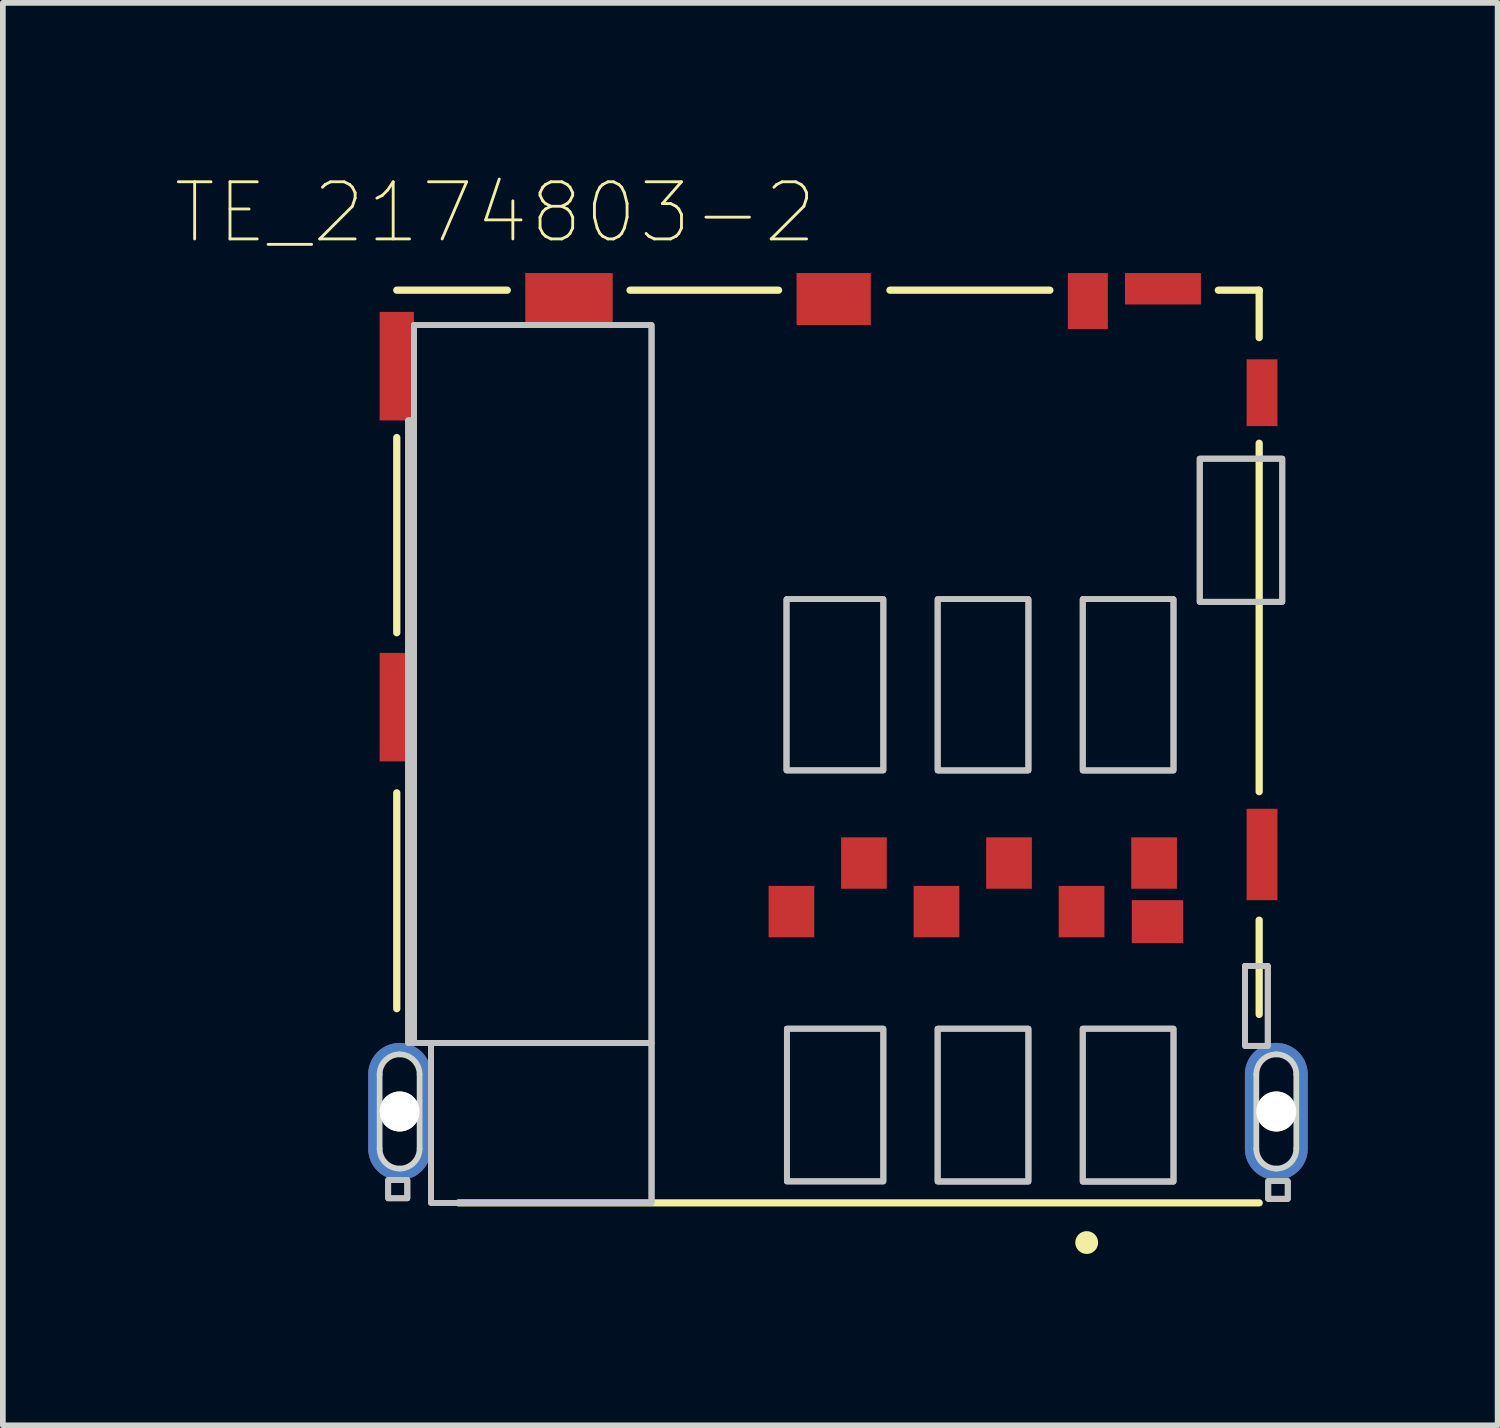
<source format=kicad_pcb>
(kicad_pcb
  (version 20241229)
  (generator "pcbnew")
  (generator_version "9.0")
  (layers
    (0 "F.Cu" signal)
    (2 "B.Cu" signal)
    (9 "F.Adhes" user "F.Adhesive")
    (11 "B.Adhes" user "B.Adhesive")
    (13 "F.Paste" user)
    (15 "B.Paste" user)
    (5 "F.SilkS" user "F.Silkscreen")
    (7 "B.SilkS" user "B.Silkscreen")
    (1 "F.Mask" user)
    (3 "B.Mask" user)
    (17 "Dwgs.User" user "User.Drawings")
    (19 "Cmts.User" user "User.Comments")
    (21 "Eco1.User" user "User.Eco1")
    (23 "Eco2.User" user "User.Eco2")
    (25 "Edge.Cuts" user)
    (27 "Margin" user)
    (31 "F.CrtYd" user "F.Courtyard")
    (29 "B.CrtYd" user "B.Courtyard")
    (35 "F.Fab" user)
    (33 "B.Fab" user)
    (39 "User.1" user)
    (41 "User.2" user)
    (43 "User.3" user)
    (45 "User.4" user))
  (footprint "TE_2174803-2"
    (layer "F.Cu")
    (at 13.982 11.611)
    (property "Reference" "TE_2174803-2" (at -8.362 -10.938 0) (layer "F.SilkS") (effects (font (size 1 1) (thickness 0.05))))
    (attr smd)
    (fp_poly (pts (xy -9.685 4.8) (xy -9.685 4.15) (xy -9.685 4.141) (xy -9.686 4.123) (xy -9.688 4.104) (xy -9.691 4.086) (xy -9.695 4.068) (xy -9.699 4.051) (xy -9.705 4.033) (xy -9.712 4.016) (xy -9.719 3.999) (xy -9.727 3.983) (xy -9.736 3.967) (xy -9.746 3.952) (xy -9.757 3.937) (xy -9.769 3.923) (xy -9.781 3.909) (xy -9.794 3.896) (xy -9.808 3.884) (xy -9.822 3.872) (xy -9.837 3.861) (xy -9.852 3.851) (xy -9.868 3.842) (xy -9.884 3.834) (xy -9.901 3.827) (xy -9.918 3.82) (xy -9.936 3.814) (xy -9.953 3.81) (xy -9.971 3.806) (xy -9.989 3.803) (xy -10.008 3.801) (xy -10.026 3.8) (xy -10.035 3.8) (xy -10.044 3.8) (xy -10.062 3.801) (xy -10.081 3.803) (xy -10.099 3.806) (xy -10.117 3.81) (xy -10.134 3.814) (xy -10.152 3.82) (xy -10.169 3.827) (xy -10.186 3.834) (xy -10.202 3.842) (xy -10.218 3.851) (xy -10.233 3.861) (xy -10.248 3.872) (xy -10.262 3.884) (xy -10.276 3.896) (xy -10.289 3.909) (xy -10.301 3.923) (xy -10.313 3.937) (xy -10.323 3.952) (xy -10.334 3.967) (xy -10.343 3.983) (xy -10.351 3.999) (xy -10.358 4.016) (xy -10.365 4.033) (xy -10.371 4.051) (xy -10.375 4.068) (xy -10.379 4.086) (xy -10.382 4.104) (xy -10.384 4.123) (xy -10.385 4.141) (xy -10.385 4.15) (xy -10.385 5.45) (xy -10.385 5.459) (xy -10.384 5.477) (xy -10.382 5.496) (xy -10.379 5.514) (xy -10.375 5.532) (xy -10.371 5.549) (xy -10.365 5.567) (xy -10.358 5.584) (xy -10.351 5.601) (xy -10.343 5.617) (xy -10.334 5.633) (xy -10.323 5.648) (xy -10.313 5.663) (xy -10.301 5.677) (xy -10.289 5.691) (xy -10.276 5.704) (xy -10.262 5.716) (xy -10.248 5.728) (xy -10.233 5.739) (xy -10.218 5.749) (xy -10.202 5.758) (xy -10.186 5.766) (xy -10.169 5.773) (xy -10.152 5.78) (xy -10.134 5.786) (xy -10.117 5.79) (xy -10.099 5.794) (xy -10.081 5.797) (xy -10.062 5.799) (xy -10.044 5.8) (xy -10.035 5.8) (xy -10.026 5.8) (xy -10.008 5.799) (xy -9.989 5.797) (xy -9.971 5.794) (xy -9.953 5.79) (xy -9.936 5.786) (xy -9.918 5.78) (xy -9.901 5.773) (xy -9.884 5.766) (xy -9.868 5.758) (xy -9.852 5.749) (xy -9.837 5.739) (xy -9.822 5.728) (xy -9.808 5.716) (xy -9.794 5.704) (xy -9.781 5.691) (xy -9.769 5.677) (xy -9.757 5.663) (xy -9.746 5.648) (xy -9.736 5.633) (xy -9.727 5.617) (xy -9.719 5.601) (xy -9.712 5.584) (xy -9.705 5.567) (xy -9.699 5.549) (xy -9.695 5.532) (xy -9.691 5.514) (xy -9.688 5.496) (xy -9.686 5.477) (xy -9.685 5.459) (xy -9.685 5.45) (xy -9.685 4.8) (xy -9.485 4.8) (xy -9.485 5.45) (xy -9.485 5.464) (xy -9.487 5.493) (xy -9.49 5.522) (xy -9.494 5.55) (xy -9.5 5.578) (xy -9.507 5.606) (xy -9.516 5.634) (xy -9.527 5.661) (xy -9.538 5.687) (xy -9.551 5.713) (xy -9.566 5.737) (xy -9.582 5.762) (xy -9.598 5.785) (xy -9.617 5.807) (xy -9.636 5.829) (xy -9.656 5.849) (xy -9.678 5.868) (xy -9.7 5.886) (xy -9.723 5.903) (xy -9.748 5.919) (xy -9.772 5.934) (xy -9.798 5.947) (xy -9.824 5.958) (xy -9.851 5.969) (xy -9.879 5.978) (xy -9.907 5.985) (xy -9.935 5.991) (xy -9.963 5.995) (xy -9.992 5.998) (xy -10.021 6) (xy -10.035 6) (xy -10.049 6) (xy -10.078 5.998) (xy -10.107 5.995) (xy -10.135 5.991) (xy -10.163 5.985) (xy -10.191 5.978) (xy -10.219 5.969) (xy -10.245 5.958) (xy -10.272 5.947) (xy -10.297 5.934) (xy -10.322 5.919) (xy -10.347 5.903) (xy -10.37 5.886) (xy -10.392 5.868) (xy -10.414 5.849) (xy -10.434 5.829) (xy -10.453 5.807) (xy -10.472 5.785) (xy -10.488 5.762) (xy -10.504 5.737) (xy -10.518 5.713) (xy -10.532 5.687) (xy -10.543 5.661) (xy -10.554 5.634) (xy -10.562 5.606) (xy -10.57 5.578) (xy -10.576 5.55) (xy -10.581 5.522) (xy -10.584 5.493) (xy -10.585 5.464) (xy -10.585 5.45) (xy -10.585 4.15) (xy -10.585 4.136) (xy -10.584 4.107) (xy -10.581 4.078) (xy -10.576 4.05) (xy -10.57 4.022) (xy -10.562 3.994) (xy -10.554 3.966) (xy -10.543 3.939) (xy -10.532 3.913) (xy -10.518 3.887) (xy -10.504 3.863) (xy -10.488 3.838) (xy -10.472 3.815) (xy -10.453 3.793) (xy -10.434 3.771) (xy -10.414 3.751) (xy -10.392 3.732) (xy -10.37 3.714) (xy -10.347 3.697) (xy -10.322 3.681) (xy -10.297 3.666) (xy -10.272 3.653) (xy -10.246 3.642) (xy -10.219 3.631) (xy -10.191 3.622) (xy -10.163 3.615) (xy -10.135 3.609) (xy -10.107 3.605) (xy -10.078 3.602) (xy -10.049 3.6) (xy -10.035 3.6) (xy -10.021 3.6) (xy -9.992 3.602) (xy -9.963 3.605) (xy -9.935 3.609) (xy -9.907 3.615) (xy -9.879 3.622) (xy -9.851 3.631) (xy -9.824 3.642) (xy -9.798 3.653) (xy -9.772 3.666) (xy -9.748 3.681) (xy -9.723 3.697) (xy -9.7 3.713) (xy -9.678 3.732) (xy -9.656 3.751) (xy -9.636 3.771) (xy -9.617 3.793) (xy -9.599 3.815) (xy -9.582 3.838) (xy -9.566 3.863) (xy -9.551 3.887) (xy -9.538 3.913) (xy -9.527 3.939) (xy -9.516 3.966) (xy -9.507 3.994) (xy -9.5 4.022) (xy -9.494 4.05) (xy -9.49 4.078) (xy -9.487 4.107) (xy -9.485 4.136) (xy -9.485 4.15) (xy -9.485 4.8)) (stroke (width 0.0001) (type solid)) (fill yes) (layer "F.Cu"))
    (fp_poly (pts (xy 5.665 4.8) (xy 5.665 4.15) (xy 5.665 4.141) (xy 5.664 4.123) (xy 5.662 4.104) (xy 5.659 4.086) (xy 5.655 4.068) (xy 5.651 4.051) (xy 5.645 4.033) (xy 5.638 4.016) (xy 5.631 3.999) (xy 5.623 3.983) (xy 5.614 3.967) (xy 5.604 3.952) (xy 5.593 3.937) (xy 5.581 3.923) (xy 5.569 3.909) (xy 5.556 3.896) (xy 5.542 3.884) (xy 5.528 3.872) (xy 5.513 3.861) (xy 5.498 3.851) (xy 5.482 3.842) (xy 5.466 3.834) (xy 5.449 3.827) (xy 5.432 3.82) (xy 5.414 3.814) (xy 5.397 3.81) (xy 5.379 3.806) (xy 5.361 3.803) (xy 5.342 3.801) (xy 5.324 3.8) (xy 5.315 3.8) (xy 5.306 3.8) (xy 5.288 3.801) (xy 5.269 3.803) (xy 5.251 3.806) (xy 5.233 3.81) (xy 5.216 3.814) (xy 5.198 3.82) (xy 5.181 3.827) (xy 5.164 3.834) (xy 5.148 3.842) (xy 5.132 3.851) (xy 5.117 3.861) (xy 5.102 3.872) (xy 5.088 3.884) (xy 5.074 3.896) (xy 5.061 3.909) (xy 5.049 3.923) (xy 5.037 3.937) (xy 5.026 3.952) (xy 5.016 3.967) (xy 5.007 3.983) (xy 4.999 3.999) (xy 4.992 4.016) (xy 4.985 4.033) (xy 4.979 4.051) (xy 4.975 4.068) (xy 4.971 4.086) (xy 4.968 4.104) (xy 4.966 4.123) (xy 4.965 4.141) (xy 4.965 4.15) (xy 4.965 5.45) (xy 4.965 5.459) (xy 4.966 5.477) (xy 4.968 5.496) (xy 4.971 5.514) (xy 4.975 5.532) (xy 4.979 5.549) (xy 4.985 5.567) (xy 4.992 5.584) (xy 4.999 5.601) (xy 5.007 5.617) (xy 5.016 5.633) (xy 5.026 5.648) (xy 5.037 5.663) (xy 5.049 5.677) (xy 5.061 5.691) (xy 5.074 5.704) (xy 5.088 5.716) (xy 5.102 5.728) (xy 5.117 5.739) (xy 5.132 5.749) (xy 5.148 5.758) (xy 5.164 5.766) (xy 5.181 5.773) (xy 5.198 5.78) (xy 5.216 5.786) (xy 5.233 5.79) (xy 5.251 5.794) (xy 5.269 5.797) (xy 5.288 5.799) (xy 5.306 5.8) (xy 5.315 5.8) (xy 5.324 5.8) (xy 5.342 5.799) (xy 5.361 5.797) (xy 5.379 5.794) (xy 5.397 5.79) (xy 5.414 5.786) (xy 5.432 5.78) (xy 5.449 5.773) (xy 5.466 5.766) (xy 5.482 5.758) (xy 5.498 5.749) (xy 5.513 5.739) (xy 5.528 5.728) (xy 5.542 5.716) (xy 5.556 5.704) (xy 5.569 5.691) (xy 5.581 5.677) (xy 5.593 5.663) (xy 5.604 5.648) (xy 5.614 5.633) (xy 5.623 5.617) (xy 5.631 5.601) (xy 5.638 5.584) (xy 5.645 5.567) (xy 5.651 5.549) (xy 5.655 5.532) (xy 5.659 5.514) (xy 5.662 5.496) (xy 5.664 5.477) (xy 5.665 5.459) (xy 5.665 5.45) (xy 5.665 4.8) (xy 5.865 4.8) (xy 5.865 5.45) (xy 5.865 5.464) (xy 5.863 5.493) (xy 5.86 5.522) (xy 5.856 5.55) (xy 5.85 5.578) (xy 5.843 5.606) (xy 5.834 5.634) (xy 5.823 5.661) (xy 5.812 5.687) (xy 5.799 5.713) (xy 5.784 5.737) (xy 5.768 5.762) (xy 5.752 5.785) (xy 5.733 5.807) (xy 5.714 5.829) (xy 5.694 5.849) (xy 5.672 5.868) (xy 5.65 5.886) (xy 5.627 5.903) (xy 5.602 5.919) (xy 5.578 5.934) (xy 5.552 5.947) (xy 5.526 5.958) (xy 5.499 5.969) (xy 5.471 5.978) (xy 5.443 5.985) (xy 5.415 5.991) (xy 5.387 5.995) (xy 5.358 5.998) (xy 5.329 6) (xy 5.315 6) (xy 5.301 6) (xy 5.272 5.998) (xy 5.243 5.995) (xy 5.215 5.991) (xy 5.187 5.985) (xy 5.159 5.978) (xy 5.131 5.969) (xy 5.104 5.958) (xy 5.078 5.947) (xy 5.052 5.934) (xy 5.028 5.919) (xy 5.003 5.903) (xy 4.98 5.886) (xy 4.958 5.868) (xy 4.936 5.849) (xy 4.916 5.829) (xy 4.897 5.807) (xy 4.879 5.785) (xy 4.862 5.762) (xy 4.846 5.737) (xy 4.831 5.713) (xy 4.818 5.687) (xy 4.807 5.661) (xy 4.796 5.634) (xy 4.787 5.606) (xy 4.78 5.578) (xy 4.774 5.55) (xy 4.77 5.522) (xy 4.767 5.493) (xy 4.765 5.464) (xy 4.765 5.45) (xy 4.765 4.15) (xy 4.765 4.136) (xy 4.767 4.107) (xy 4.77 4.078) (xy 4.774 4.05) (xy 4.78 4.022) (xy 4.787 3.994) (xy 4.796 3.966) (xy 4.807 3.939) (xy 4.818 3.913) (xy 4.831 3.887) (xy 4.846 3.863) (xy 4.862 3.838) (xy 4.878 3.815) (xy 4.897 3.793) (xy 4.916 3.771) (xy 4.936 3.751) (xy 4.958 3.732) (xy 4.98 3.714) (xy 5.003 3.697) (xy 5.028 3.681) (xy 5.052 3.666) (xy 5.078 3.653) (xy 5.104 3.642) (xy 5.131 3.631) (xy 5.159 3.622) (xy 5.187 3.615) (xy 5.215 3.609) (xy 5.243 3.605) (xy 5.272 3.602) (xy 5.301 3.6) (xy 5.315 3.6) (xy 5.329 3.6) (xy 5.358 3.602) (xy 5.387 3.605) (xy 5.415 3.609) (xy 5.443 3.615) (xy 5.471 3.622) (xy 5.499 3.631) (xy 5.526 3.642) (xy 5.552 3.653) (xy 5.578 3.666) (xy 5.602 3.681) (xy 5.627 3.697) (xy 5.65 3.713) (xy 5.672 3.732) (xy 5.694 3.751) (xy 5.714 3.771) (xy 5.733 3.793) (xy 5.751 3.815) (xy 5.768 3.838) (xy 5.784 3.863) (xy 5.799 3.887) (xy 5.812 3.913) (xy 5.823 3.939) (xy 5.834 3.966) (xy 5.843 3.994) (xy 5.85 4.022) (xy 5.856 4.05) (xy 5.86 4.078) (xy 5.863 4.107) (xy 5.865 4.136) (xy 5.865 4.15) (xy 5.865 4.8)) (stroke (width 0.0001) (type solid)) (fill yes) (layer "F.Cu"))
    (fp_poly (pts (xy -10.928 3.3) (xy -9.16 3.3) (xy -9.16 6.311) (xy -10.928 6.311)) (stroke (width 0) (type solid)) (fill yes) (layer "F.Mask"))
    (fp_poly (pts (xy 4.448 3.3) (xy 6.19 3.3) (xy 6.19 6.311) (xy 4.448 6.311)) (stroke (width 0) (type solid)) (fill yes) (layer "F.Mask"))
    (fp_poly (pts (xy -9.685 4.8) (xy -9.685 4.15) (xy -9.685 4.141) (xy -9.686 4.123) (xy -9.688 4.104) (xy -9.691 4.086) (xy -9.695 4.068) (xy -9.699 4.051) (xy -9.705 4.033) (xy -9.712 4.016) (xy -9.719 3.999) (xy -9.727 3.983) (xy -9.736 3.967) (xy -9.746 3.952) (xy -9.757 3.937) (xy -9.769 3.923) (xy -9.781 3.909) (xy -9.794 3.896) (xy -9.808 3.884) (xy -9.822 3.872) (xy -9.837 3.861) (xy -9.852 3.851) (xy -9.868 3.842) (xy -9.884 3.834) (xy -9.901 3.827) (xy -9.918 3.82) (xy -9.936 3.814) (xy -9.953 3.81) (xy -9.971 3.806) (xy -9.989 3.803) (xy -10.008 3.801) (xy -10.026 3.8) (xy -10.035 3.8) (xy -10.044 3.8) (xy -10.062 3.801) (xy -10.081 3.803) (xy -10.099 3.806) (xy -10.117 3.81) (xy -10.134 3.814) (xy -10.152 3.82) (xy -10.169 3.827) (xy -10.186 3.834) (xy -10.202 3.842) (xy -10.218 3.851) (xy -10.233 3.861) (xy -10.248 3.872) (xy -10.262 3.884) (xy -10.276 3.896) (xy -10.289 3.909) (xy -10.301 3.923) (xy -10.313 3.937) (xy -10.323 3.952) (xy -10.334 3.967) (xy -10.343 3.983) (xy -10.351 3.999) (xy -10.358 4.016) (xy -10.365 4.033) (xy -10.371 4.051) (xy -10.375 4.068) (xy -10.379 4.086) (xy -10.382 4.104) (xy -10.384 4.123) (xy -10.385 4.141) (xy -10.385 4.15) (xy -10.385 5.45) (xy -10.385 5.459) (xy -10.384 5.477) (xy -10.382 5.496) (xy -10.379 5.514) (xy -10.375 5.532) (xy -10.371 5.549) (xy -10.365 5.567) (xy -10.358 5.584) (xy -10.351 5.601) (xy -10.343 5.617) (xy -10.334 5.633) (xy -10.323 5.648) (xy -10.313 5.663) (xy -10.301 5.677) (xy -10.289 5.691) (xy -10.276 5.704) (xy -10.262 5.716) (xy -10.248 5.728) (xy -10.233 5.739) (xy -10.218 5.749) (xy -10.202 5.758) (xy -10.186 5.766) (xy -10.169 5.773) (xy -10.152 5.78) (xy -10.134 5.786) (xy -10.117 5.79) (xy -10.099 5.794) (xy -10.081 5.797) (xy -10.062 5.799) (xy -10.044 5.8) (xy -10.035 5.8) (xy -10.026 5.8) (xy -10.008 5.799) (xy -9.989 5.797) (xy -9.971 5.794) (xy -9.953 5.79) (xy -9.936 5.786) (xy -9.918 5.78) (xy -9.901 5.773) (xy -9.884 5.766) (xy -9.868 5.758) (xy -9.852 5.749) (xy -9.837 5.739) (xy -9.822 5.728) (xy -9.808 5.716) (xy -9.794 5.704) (xy -9.781 5.691) (xy -9.769 5.677) (xy -9.757 5.663) (xy -9.746 5.648) (xy -9.736 5.633) (xy -9.727 5.617) (xy -9.719 5.601) (xy -9.712 5.584) (xy -9.705 5.567) (xy -9.699 5.549) (xy -9.695 5.532) (xy -9.691 5.514) (xy -9.688 5.496) (xy -9.686 5.477) (xy -9.685 5.459) (xy -9.685 5.45) (xy -9.685 4.8) (xy -9.485 4.8) (xy -9.485 5.45) (xy -9.485 5.464) (xy -9.487 5.493) (xy -9.49 5.522) (xy -9.494 5.55) (xy -9.5 5.578) (xy -9.507 5.606) (xy -9.516 5.634) (xy -9.527 5.661) (xy -9.538 5.687) (xy -9.551 5.713) (xy -9.566 5.737) (xy -9.582 5.762) (xy -9.598 5.785) (xy -9.617 5.807) (xy -9.636 5.829) (xy -9.656 5.849) (xy -9.678 5.868) (xy -9.7 5.886) (xy -9.723 5.903) (xy -9.748 5.919) (xy -9.772 5.934) (xy -9.798 5.947) (xy -9.824 5.958) (xy -9.851 5.969) (xy -9.879 5.978) (xy -9.907 5.985) (xy -9.935 5.991) (xy -9.963 5.995) (xy -9.992 5.998) (xy -10.021 6) (xy -10.035 6) (xy -10.049 6) (xy -10.078 5.998) (xy -10.107 5.995) (xy -10.135 5.991) (xy -10.163 5.985) (xy -10.191 5.978) (xy -10.219 5.969) (xy -10.245 5.958) (xy -10.272 5.947) (xy -10.297 5.934) (xy -10.322 5.919) (xy -10.347 5.903) (xy -10.37 5.886) (xy -10.392 5.868) (xy -10.414 5.849) (xy -10.434 5.829) (xy -10.453 5.807) (xy -10.472 5.785) (xy -10.488 5.762) (xy -10.504 5.737) (xy -10.518 5.713) (xy -10.532 5.687) (xy -10.543 5.661) (xy -10.554 5.634) (xy -10.562 5.606) (xy -10.57 5.578) (xy -10.576 5.55) (xy -10.581 5.522) (xy -10.584 5.493) (xy -10.585 5.464) (xy -10.585 5.45) (xy -10.585 4.15) (xy -10.585 4.136) (xy -10.584 4.107) (xy -10.581 4.078) (xy -10.576 4.05) (xy -10.57 4.022) (xy -10.562 3.994) (xy -10.554 3.966) (xy -10.543 3.939) (xy -10.532 3.913) (xy -10.518 3.887) (xy -10.504 3.863) (xy -10.488 3.838) (xy -10.472 3.815) (xy -10.453 3.793) (xy -10.434 3.771) (xy -10.414 3.751) (xy -10.392 3.732) (xy -10.37 3.714) (xy -10.347 3.697) (xy -10.322 3.681) (xy -10.297 3.666) (xy -10.272 3.653) (xy -10.246 3.642) (xy -10.219 3.631) (xy -10.191 3.622) (xy -10.163 3.615) (xy -10.135 3.609) (xy -10.107 3.605) (xy -10.078 3.602) (xy -10.049 3.6) (xy -10.035 3.6) (xy -10.021 3.6) (xy -9.992 3.602) (xy -9.963 3.605) (xy -9.935 3.609) (xy -9.907 3.615) (xy -9.879 3.622) (xy -9.851 3.631) (xy -9.824 3.642) (xy -9.798 3.653) (xy -9.772 3.666) (xy -9.748 3.681) (xy -9.723 3.697) (xy -9.7 3.713) (xy -9.678 3.732) (xy -9.656 3.751) (xy -9.636 3.771) (xy -9.617 3.793) (xy -9.599 3.815) (xy -9.582 3.838) (xy -9.566 3.863) (xy -9.551 3.887) (xy -9.538 3.913) (xy -9.527 3.939) (xy -9.516 3.966) (xy -9.507 3.994) (xy -9.5 4.022) (xy -9.494 4.05) (xy -9.49 4.078) (xy -9.487 4.107) (xy -9.485 4.136) (xy -9.485 4.15) (xy -9.485 4.8)) (stroke (width 0.0001) (type solid)) (fill yes) (layer "B.Cu"))
    (fp_poly (pts (xy 5.665 4.8) (xy 5.665 4.15) (xy 5.665 4.141) (xy 5.664 4.123) (xy 5.662 4.104) (xy 5.659 4.086) (xy 5.655 4.068) (xy 5.651 4.051) (xy 5.645 4.033) (xy 5.638 4.016) (xy 5.631 3.999) (xy 5.623 3.983) (xy 5.614 3.967) (xy 5.604 3.952) (xy 5.593 3.937) (xy 5.581 3.923) (xy 5.569 3.909) (xy 5.556 3.896) (xy 5.542 3.884) (xy 5.528 3.872) (xy 5.513 3.861) (xy 5.498 3.851) (xy 5.482 3.842) (xy 5.466 3.834) (xy 5.449 3.827) (xy 5.432 3.82) (xy 5.414 3.814) (xy 5.397 3.81) (xy 5.379 3.806) (xy 5.361 3.803) (xy 5.342 3.801) (xy 5.324 3.8) (xy 5.315 3.8) (xy 5.306 3.8) (xy 5.288 3.801) (xy 5.269 3.803) (xy 5.251 3.806) (xy 5.233 3.81) (xy 5.216 3.814) (xy 5.198 3.82) (xy 5.181 3.827) (xy 5.164 3.834) (xy 5.148 3.842) (xy 5.132 3.851) (xy 5.117 3.861) (xy 5.102 3.872) (xy 5.088 3.884) (xy 5.074 3.896) (xy 5.061 3.909) (xy 5.049 3.923) (xy 5.037 3.937) (xy 5.026 3.952) (xy 5.016 3.967) (xy 5.007 3.983) (xy 4.999 3.999) (xy 4.992 4.016) (xy 4.985 4.033) (xy 4.979 4.051) (xy 4.975 4.068) (xy 4.971 4.086) (xy 4.968 4.104) (xy 4.966 4.123) (xy 4.965 4.141) (xy 4.965 4.15) (xy 4.965 5.45) (xy 4.965 5.459) (xy 4.966 5.477) (xy 4.968 5.496) (xy 4.971 5.514) (xy 4.975 5.532) (xy 4.979 5.549) (xy 4.985 5.567) (xy 4.992 5.584) (xy 4.999 5.601) (xy 5.007 5.617) (xy 5.016 5.633) (xy 5.026 5.648) (xy 5.037 5.663) (xy 5.049 5.677) (xy 5.061 5.691) (xy 5.074 5.704) (xy 5.088 5.716) (xy 5.102 5.728) (xy 5.117 5.739) (xy 5.132 5.749) (xy 5.148 5.758) (xy 5.164 5.766) (xy 5.181 5.773) (xy 5.198 5.78) (xy 5.216 5.786) (xy 5.233 5.79) (xy 5.251 5.794) (xy 5.269 5.797) (xy 5.288 5.799) (xy 5.306 5.8) (xy 5.315 5.8) (xy 5.324 5.8) (xy 5.342 5.799) (xy 5.361 5.797) (xy 5.379 5.794) (xy 5.397 5.79) (xy 5.414 5.786) (xy 5.432 5.78) (xy 5.449 5.773) (xy 5.466 5.766) (xy 5.482 5.758) (xy 5.498 5.749) (xy 5.513 5.739) (xy 5.528 5.728) (xy 5.542 5.716) (xy 5.556 5.704) (xy 5.569 5.691) (xy 5.581 5.677) (xy 5.593 5.663) (xy 5.604 5.648) (xy 5.614 5.633) (xy 5.623 5.617) (xy 5.631 5.601) (xy 5.638 5.584) (xy 5.645 5.567) (xy 5.651 5.549) (xy 5.655 5.532) (xy 5.659 5.514) (xy 5.662 5.496) (xy 5.664 5.477) (xy 5.665 5.459) (xy 5.665 5.45) (xy 5.665 4.8) (xy 5.865 4.8) (xy 5.865 5.45) (xy 5.865 5.464) (xy 5.863 5.493) (xy 5.86 5.522) (xy 5.856 5.55) (xy 5.85 5.578) (xy 5.843 5.606) (xy 5.834 5.634) (xy 5.823 5.661) (xy 5.812 5.687) (xy 5.799 5.713) (xy 5.784 5.737) (xy 5.768 5.762) (xy 5.752 5.785) (xy 5.733 5.807) (xy 5.714 5.829) (xy 5.694 5.849) (xy 5.672 5.868) (xy 5.65 5.886) (xy 5.627 5.903) (xy 5.602 5.919) (xy 5.578 5.934) (xy 5.552 5.947) (xy 5.526 5.958) (xy 5.499 5.969) (xy 5.471 5.978) (xy 5.443 5.985) (xy 5.415 5.991) (xy 5.387 5.995) (xy 5.358 5.998) (xy 5.329 6) (xy 5.315 6) (xy 5.301 6) (xy 5.272 5.998) (xy 5.243 5.995) (xy 5.215 5.991) (xy 5.187 5.985) (xy 5.159 5.978) (xy 5.131 5.969) (xy 5.104 5.958) (xy 5.078 5.947) (xy 5.052 5.934) (xy 5.028 5.919) (xy 5.003 5.903) (xy 4.98 5.886) (xy 4.958 5.868) (xy 4.936 5.849) (xy 4.916 5.829) (xy 4.897 5.807) (xy 4.879 5.785) (xy 4.862 5.762) (xy 4.846 5.737) (xy 4.831 5.713) (xy 4.818 5.687) (xy 4.807 5.661) (xy 4.796 5.634) (xy 4.787 5.606) (xy 4.78 5.578) (xy 4.774 5.55) (xy 4.77 5.522) (xy 4.767 5.493) (xy 4.765 5.464) (xy 4.765 5.45) (xy 4.765 4.15) (xy 4.765 4.136) (xy 4.767 4.107) (xy 4.77 4.078) (xy 4.774 4.05) (xy 4.78 4.022) (xy 4.787 3.994) (xy 4.796 3.966) (xy 4.807 3.939) (xy 4.818 3.913) (xy 4.831 3.887) (xy 4.846 3.863) (xy 4.862 3.838) (xy 4.878 3.815) (xy 4.897 3.793) (xy 4.916 3.771) (xy 4.936 3.751) (xy 4.958 3.732) (xy 4.98 3.714) (xy 5.003 3.697) (xy 5.028 3.681) (xy 5.052 3.666) (xy 5.078 3.653) (xy 5.104 3.642) (xy 5.131 3.631) (xy 5.159 3.622) (xy 5.187 3.615) (xy 5.215 3.609) (xy 5.243 3.605) (xy 5.272 3.602) (xy 5.301 3.6) (xy 5.315 3.6) (xy 5.329 3.6) (xy 5.358 3.602) (xy 5.387 3.605) (xy 5.415 3.609) (xy 5.443 3.615) (xy 5.471 3.622) (xy 5.499 3.631) (xy 5.526 3.642) (xy 5.552 3.653) (xy 5.578 3.666) (xy 5.602 3.681) (xy 5.627 3.697) (xy 5.65 3.713) (xy 5.672 3.732) (xy 5.694 3.751) (xy 5.714 3.771) (xy 5.733 3.793) (xy 5.751 3.815) (xy 5.768 3.838) (xy 5.784 3.863) (xy 5.799 3.887) (xy 5.812 3.913) (xy 5.823 3.939) (xy 5.834 3.966) (xy 5.843 3.994) (xy 5.85 4.022) (xy 5.856 4.05) (xy 5.86 4.078) (xy 5.863 4.107) (xy 5.865 4.136) (xy 5.865 4.15) (xy 5.865 4.8)) (stroke (width 0.0001) (type solid)) (fill yes) (layer "B.Cu"))
    (fp_poly (pts (xy -10.928 3.3) (xy -9.16 3.3) (xy -9.16 6.311) (xy -10.928 6.311)) (stroke (width 0) (type solid)) (fill yes) (layer "B.Mask"))
    (fp_poly (pts (xy 4.443 3.3) (xy 6.19 3.3) (xy 6.19 6.304) (xy 4.443 6.304)) (stroke (width 0) (type solid)) (fill yes) (layer "B.Mask"))
    (fp_line (start -10.085 -9.58) (end -8.15 -9.58) (stroke (width 0.127) (type solid)) (layer "F.SilkS"))
    (fp_line (start -10.085 -7) (end -10.085 -3.583) (stroke (width 0.127) (type solid)) (layer "F.SilkS"))
    (fp_line (start -10.085 3) (end -10.085 -0.779) (stroke (width 0.127) (type solid)) (layer "F.SilkS"))
    (fp_line (start -9 6.4) (end 5.015 6.4) (stroke (width 0.127) (type solid)) (layer "F.SilkS"))
    (fp_line (start -6 -9.58) (end -3.4 -9.58) (stroke (width 0.127) (type solid)) (layer "F.SilkS"))
    (fp_line (start -1.45 -9.58) (end 1.35 -9.58) (stroke (width 0.127) (type solid)) (layer "F.SilkS"))
    (fp_line (start 4.3 -9.58) (end 5.015 -9.58) (stroke (width 0.127) (type solid)) (layer "F.SilkS"))
    (fp_line (start 5.015 -9.58) (end 5.015 -8.75) (stroke (width 0.127) (type solid)) (layer "F.SilkS"))
    (fp_line (start 5.015 -6.9) (end 5.015 -0.8) (stroke (width 0.127) (type solid)) (layer "F.SilkS"))
    (fp_line (start 5.015 1.45) (end 5.015 3.1) (stroke (width 0.127) (type solid)) (layer "F.SilkS"))
    (fp_circle (center 1.995 7.095) (end 2.095 7.095) (stroke (width 0.2) (type solid)) (fill no) (layer "F.SilkS"))
    (fp_poly (pts (xy -9.685 4.8) (xy -9.685 4.15) (xy -9.685 4.141) (xy -9.686 4.123) (xy -9.688 4.104) (xy -9.691 4.086) (xy -9.695 4.068) (xy -9.699 4.051) (xy -9.705 4.033) (xy -9.712 4.016) (xy -9.719 3.999) (xy -9.727 3.983) (xy -9.736 3.967) (xy -9.746 3.952) (xy -9.757 3.937) (xy -9.769 3.923) (xy -9.781 3.909) (xy -9.794 3.896) (xy -9.808 3.884) (xy -9.822 3.872) (xy -9.837 3.861) (xy -9.852 3.851) (xy -9.868 3.842) (xy -9.884 3.834) (xy -9.901 3.827) (xy -9.918 3.82) (xy -9.936 3.814) (xy -9.953 3.81) (xy -9.971 3.806) (xy -9.989 3.803) (xy -10.008 3.801) (xy -10.026 3.8) (xy -10.035 3.8) (xy -10.044 3.8) (xy -10.062 3.801) (xy -10.081 3.803) (xy -10.099 3.806) (xy -10.117 3.81) (xy -10.134 3.814) (xy -10.152 3.82) (xy -10.169 3.827) (xy -10.186 3.834) (xy -10.202 3.842) (xy -10.218 3.851) (xy -10.233 3.861) (xy -10.248 3.872) (xy -10.262 3.884) (xy -10.276 3.896) (xy -10.289 3.909) (xy -10.301 3.923) (xy -10.313 3.937) (xy -10.323 3.952) (xy -10.334 3.967) (xy -10.343 3.983) (xy -10.351 3.999) (xy -10.358 4.016) (xy -10.365 4.033) (xy -10.371 4.051) (xy -10.375 4.068) (xy -10.379 4.086) (xy -10.382 4.104) (xy -10.384 4.123) (xy -10.385 4.141) (xy -10.385 4.15) (xy -10.385 5.45) (xy -10.385 5.459) (xy -10.384 5.477) (xy -10.382 5.496) (xy -10.379 5.514) (xy -10.375 5.532) (xy -10.371 5.549) (xy -10.365 5.567) (xy -10.358 5.584) (xy -10.351 5.601) (xy -10.343 5.617) (xy -10.334 5.633) (xy -10.323 5.648) (xy -10.313 5.663) (xy -10.301 5.677) (xy -10.289 5.691) (xy -10.276 5.704) (xy -10.262 5.716) (xy -10.248 5.728) (xy -10.233 5.739) (xy -10.218 5.749) (xy -10.202 5.758) (xy -10.186 5.766) (xy -10.169 5.773) (xy -10.152 5.78) (xy -10.134 5.786) (xy -10.117 5.79) (xy -10.099 5.794) (xy -10.081 5.797) (xy -10.062 5.799) (xy -10.044 5.8) (xy -10.035 5.8) (xy -10.026 5.8) (xy -10.008 5.799) (xy -9.989 5.797) (xy -9.971 5.794) (xy -9.953 5.79) (xy -9.936 5.786) (xy -9.918 5.78) (xy -9.901 5.773) (xy -9.884 5.766) (xy -9.868 5.758) (xy -9.852 5.749) (xy -9.837 5.739) (xy -9.822 5.728) (xy -9.808 5.716) (xy -9.794 5.704) (xy -9.781 5.691) (xy -9.769 5.677) (xy -9.757 5.663) (xy -9.746 5.648) (xy -9.736 5.633) (xy -9.727 5.617) (xy -9.719 5.601) (xy -9.712 5.584) (xy -9.705 5.567) (xy -9.699 5.549) (xy -9.695 5.532) (xy -9.691 5.514) (xy -9.688 5.496) (xy -9.686 5.477) (xy -9.685 5.459) (xy -9.685 5.45) (xy -9.685 4.8) (xy -9.485 4.8) (xy -9.485 5.45) (xy -9.485 5.464) (xy -9.487 5.493) (xy -9.49 5.522) (xy -9.494 5.55) (xy -9.5 5.578) (xy -9.507 5.606) (xy -9.516 5.634) (xy -9.527 5.661) (xy -9.538 5.687) (xy -9.551 5.713) (xy -9.566 5.737) (xy -9.582 5.762) (xy -9.598 5.785) (xy -9.617 5.807) (xy -9.636 5.829) (xy -9.656 5.849) (xy -9.678 5.868) (xy -9.7 5.886) (xy -9.723 5.903) (xy -9.748 5.919) (xy -9.772 5.934) (xy -9.798 5.947) (xy -9.824 5.958) (xy -9.851 5.969) (xy -9.879 5.978) (xy -9.907 5.985) (xy -9.935 5.991) (xy -9.963 5.995) (xy -9.992 5.998) (xy -10.021 6) (xy -10.035 6) (xy -10.049 6) (xy -10.078 5.998) (xy -10.107 5.995) (xy -10.135 5.991) (xy -10.163 5.985) (xy -10.191 5.978) (xy -10.219 5.969) (xy -10.245 5.958) (xy -10.272 5.947) (xy -10.297 5.934) (xy -10.322 5.919) (xy -10.347 5.903) (xy -10.37 5.886) (xy -10.392 5.868) (xy -10.414 5.849) (xy -10.434 5.829) (xy -10.453 5.807) (xy -10.472 5.785) (xy -10.488 5.762) (xy -10.504 5.737) (xy -10.518 5.713) (xy -10.532 5.687) (xy -10.543 5.661) (xy -10.554 5.634) (xy -10.562 5.606) (xy -10.57 5.578) (xy -10.576 5.55) (xy -10.581 5.522) (xy -10.584 5.493) (xy -10.585 5.464) (xy -10.585 5.45) (xy -10.585 4.15) (xy -10.585 4.136) (xy -10.584 4.107) (xy -10.581 4.078) (xy -10.576 4.05) (xy -10.57 4.022) (xy -10.562 3.994) (xy -10.554 3.966) (xy -10.543 3.939) (xy -10.532 3.913) (xy -10.518 3.887) (xy -10.504 3.863) (xy -10.488 3.838) (xy -10.472 3.815) (xy -10.453 3.793) (xy -10.434 3.771) (xy -10.414 3.751) (xy -10.392 3.732) (xy -10.37 3.714) (xy -10.347 3.697) (xy -10.322 3.681) (xy -10.297 3.666) (xy -10.272 3.653) (xy -10.246 3.642) (xy -10.219 3.631) (xy -10.191 3.622) (xy -10.163 3.615) (xy -10.135 3.609) (xy -10.107 3.605) (xy -10.078 3.602) (xy -10.049 3.6) (xy -10.035 3.6) (xy -10.021 3.6) (xy -9.992 3.602) (xy -9.963 3.605) (xy -9.935 3.609) (xy -9.907 3.615) (xy -9.879 3.622) (xy -9.851 3.631) (xy -9.824 3.642) (xy -9.798 3.653) (xy -9.772 3.666) (xy -9.748 3.681) (xy -9.723 3.697) (xy -9.7 3.713) (xy -9.678 3.732) (xy -9.656 3.751) (xy -9.636 3.771) (xy -9.617 3.793) (xy -9.599 3.815) (xy -9.582 3.838) (xy -9.566 3.863) (xy -9.551 3.887) (xy -9.538 3.913) (xy -9.527 3.939) (xy -9.516 3.966) (xy -9.507 3.994) (xy -9.5 4.022) (xy -9.494 4.05) (xy -9.49 4.078) (xy -9.487 4.107) (xy -9.485 4.136) (xy -9.485 4.15) (xy -9.485 4.8)) (stroke (width 0.0001) (type solid)) (fill yes) (layer "F.Paste"))
    (fp_poly (pts (xy 5.665 4.8) (xy 5.665 4.15) (xy 5.665 4.141) (xy 5.664 4.123) (xy 5.662 4.104) (xy 5.659 4.086) (xy 5.655 4.068) (xy 5.651 4.051) (xy 5.645 4.033) (xy 5.638 4.016) (xy 5.631 3.999) (xy 5.623 3.983) (xy 5.614 3.967) (xy 5.604 3.952) (xy 5.593 3.937) (xy 5.581 3.923) (xy 5.569 3.909) (xy 5.556 3.896) (xy 5.542 3.884) (xy 5.528 3.872) (xy 5.513 3.861) (xy 5.498 3.851) (xy 5.482 3.842) (xy 5.466 3.834) (xy 5.449 3.827) (xy 5.432 3.82) (xy 5.414 3.814) (xy 5.397 3.81) (xy 5.379 3.806) (xy 5.361 3.803) (xy 5.342 3.801) (xy 5.324 3.8) (xy 5.315 3.8) (xy 5.306 3.8) (xy 5.288 3.801) (xy 5.269 3.803) (xy 5.251 3.806) (xy 5.233 3.81) (xy 5.216 3.814) (xy 5.198 3.82) (xy 5.181 3.827) (xy 5.164 3.834) (xy 5.148 3.842) (xy 5.132 3.851) (xy 5.117 3.861) (xy 5.102 3.872) (xy 5.088 3.884) (xy 5.074 3.896) (xy 5.061 3.909) (xy 5.049 3.923) (xy 5.037 3.937) (xy 5.026 3.952) (xy 5.016 3.967) (xy 5.007 3.983) (xy 4.999 3.999) (xy 4.992 4.016) (xy 4.985 4.033) (xy 4.979 4.051) (xy 4.975 4.068) (xy 4.971 4.086) (xy 4.968 4.104) (xy 4.966 4.123) (xy 4.965 4.141) (xy 4.965 4.15) (xy 4.965 5.45) (xy 4.965 5.459) (xy 4.966 5.477) (xy 4.968 5.496) (xy 4.971 5.514) (xy 4.975 5.532) (xy 4.979 5.549) (xy 4.985 5.567) (xy 4.992 5.584) (xy 4.999 5.601) (xy 5.007 5.617) (xy 5.016 5.633) (xy 5.026 5.648) (xy 5.037 5.663) (xy 5.049 5.677) (xy 5.061 5.691) (xy 5.074 5.704) (xy 5.088 5.716) (xy 5.102 5.728) (xy 5.117 5.739) (xy 5.132 5.749) (xy 5.148 5.758) (xy 5.164 5.766) (xy 5.181 5.773) (xy 5.198 5.78) (xy 5.216 5.786) (xy 5.233 5.79) (xy 5.251 5.794) (xy 5.269 5.797) (xy 5.288 5.799) (xy 5.306 5.8) (xy 5.315 5.8) (xy 5.324 5.8) (xy 5.342 5.799) (xy 5.361 5.797) (xy 5.379 5.794) (xy 5.397 5.79) (xy 5.414 5.786) (xy 5.432 5.78) (xy 5.449 5.773) (xy 5.466 5.766) (xy 5.482 5.758) (xy 5.498 5.749) (xy 5.513 5.739) (xy 5.528 5.728) (xy 5.542 5.716) (xy 5.556 5.704) (xy 5.569 5.691) (xy 5.581 5.677) (xy 5.593 5.663) (xy 5.604 5.648) (xy 5.614 5.633) (xy 5.623 5.617) (xy 5.631 5.601) (xy 5.638 5.584) (xy 5.645 5.567) (xy 5.651 5.549) (xy 5.655 5.532) (xy 5.659 5.514) (xy 5.662 5.496) (xy 5.664 5.477) (xy 5.665 5.459) (xy 5.665 5.45) (xy 5.665 4.8) (xy 5.865 4.8) (xy 5.865 5.45) (xy 5.865 5.464) (xy 5.863 5.493) (xy 5.86 5.522) (xy 5.856 5.55) (xy 5.85 5.578) (xy 5.843 5.606) (xy 5.834 5.634) (xy 5.823 5.661) (xy 5.812 5.687) (xy 5.799 5.713) (xy 5.784 5.737) (xy 5.768 5.762) (xy 5.752 5.785) (xy 5.733 5.807) (xy 5.714 5.829) (xy 5.694 5.849) (xy 5.672 5.868) (xy 5.65 5.886) (xy 5.627 5.903) (xy 5.602 5.919) (xy 5.578 5.934) (xy 5.552 5.947) (xy 5.526 5.958) (xy 5.499 5.969) (xy 5.471 5.978) (xy 5.443 5.985) (xy 5.415 5.991) (xy 5.387 5.995) (xy 5.358 5.998) (xy 5.329 6) (xy 5.315 6) (xy 5.301 6) (xy 5.272 5.998) (xy 5.243 5.995) (xy 5.215 5.991) (xy 5.187 5.985) (xy 5.159 5.978) (xy 5.131 5.969) (xy 5.104 5.958) (xy 5.078 5.947) (xy 5.052 5.934) (xy 5.028 5.919) (xy 5.003 5.903) (xy 4.98 5.886) (xy 4.958 5.868) (xy 4.936 5.849) (xy 4.916 5.829) (xy 4.897 5.807) (xy 4.879 5.785) (xy 4.862 5.762) (xy 4.846 5.737) (xy 4.831 5.713) (xy 4.818 5.687) (xy 4.807 5.661) (xy 4.796 5.634) (xy 4.787 5.606) (xy 4.78 5.578) (xy 4.774 5.55) (xy 4.77 5.522) (xy 4.767 5.493) (xy 4.765 5.464) (xy 4.765 5.45) (xy 4.765 4.15) (xy 4.765 4.136) (xy 4.767 4.107) (xy 4.77 4.078) (xy 4.774 4.05) (xy 4.78 4.022) (xy 4.787 3.994) (xy 4.796 3.966) (xy 4.807 3.939) (xy 4.818 3.913) (xy 4.831 3.887) (xy 4.846 3.863) (xy 4.862 3.838) (xy 4.878 3.815) (xy 4.897 3.793) (xy 4.916 3.771) (xy 4.936 3.751) (xy 4.958 3.732) (xy 4.98 3.714) (xy 5.003 3.697) (xy 5.028 3.681) (xy 5.052 3.666) (xy 5.078 3.653) (xy 5.104 3.642) (xy 5.131 3.631) (xy 5.159 3.622) (xy 5.187 3.615) (xy 5.215 3.609) (xy 5.243 3.605) (xy 5.272 3.602) (xy 5.301 3.6) (xy 5.315 3.6) (xy 5.329 3.6) (xy 5.358 3.602) (xy 5.387 3.605) (xy 5.415 3.609) (xy 5.443 3.615) (xy 5.471 3.622) (xy 5.499 3.631) (xy 5.526 3.642) (xy 5.552 3.653) (xy 5.578 3.666) (xy 5.602 3.681) (xy 5.627 3.697) (xy 5.65 3.713) (xy 5.672 3.732) (xy 5.694 3.751) (xy 5.714 3.771) (xy 5.733 3.793) (xy 5.751 3.815) (xy 5.768 3.838) (xy 5.784 3.863) (xy 5.799 3.887) (xy 5.812 3.913) (xy 5.823 3.939) (xy 5.834 3.966) (xy 5.843 3.994) (xy 5.85 4.022) (xy 5.856 4.05) (xy 5.86 4.078) (xy 5.863 4.107) (xy 5.865 4.136) (xy 5.865 4.15) (xy 5.865 4.8)) (stroke (width 0.0001) (type solid)) (fill yes) (layer "F.Paste"))
    (fp_poly (pts (xy -9.685 4.8) (xy -9.685 4.15) (xy -9.685 4.141) (xy -9.686 4.123) (xy -9.688 4.104) (xy -9.691 4.086) (xy -9.695 4.068) (xy -9.699 4.051) (xy -9.705 4.033) (xy -9.712 4.016) (xy -9.719 3.999) (xy -9.727 3.983) (xy -9.736 3.967) (xy -9.746 3.952) (xy -9.757 3.937) (xy -9.769 3.923) (xy -9.781 3.909) (xy -9.794 3.896) (xy -9.808 3.884) (xy -9.822 3.872) (xy -9.837 3.861) (xy -9.852 3.851) (xy -9.868 3.842) (xy -9.884 3.834) (xy -9.901 3.827) (xy -9.918 3.82) (xy -9.936 3.814) (xy -9.953 3.81) (xy -9.971 3.806) (xy -9.989 3.803) (xy -10.008 3.801) (xy -10.026 3.8) (xy -10.035 3.8) (xy -10.044 3.8) (xy -10.062 3.801) (xy -10.081 3.803) (xy -10.099 3.806) (xy -10.117 3.81) (xy -10.134 3.814) (xy -10.152 3.82) (xy -10.169 3.827) (xy -10.186 3.834) (xy -10.202 3.842) (xy -10.218 3.851) (xy -10.233 3.861) (xy -10.248 3.872) (xy -10.262 3.884) (xy -10.276 3.896) (xy -10.289 3.909) (xy -10.301 3.923) (xy -10.313 3.937) (xy -10.323 3.952) (xy -10.334 3.967) (xy -10.343 3.983) (xy -10.351 3.999) (xy -10.358 4.016) (xy -10.365 4.033) (xy -10.371 4.051) (xy -10.375 4.068) (xy -10.379 4.086) (xy -10.382 4.104) (xy -10.384 4.123) (xy -10.385 4.141) (xy -10.385 4.15) (xy -10.385 5.45) (xy -10.385 5.459) (xy -10.384 5.477) (xy -10.382 5.496) (xy -10.379 5.514) (xy -10.375 5.532) (xy -10.371 5.549) (xy -10.365 5.567) (xy -10.358 5.584) (xy -10.351 5.601) (xy -10.343 5.617) (xy -10.334 5.633) (xy -10.323 5.648) (xy -10.313 5.663) (xy -10.301 5.677) (xy -10.289 5.691) (xy -10.276 5.704) (xy -10.262 5.716) (xy -10.248 5.728) (xy -10.233 5.739) (xy -10.218 5.749) (xy -10.202 5.758) (xy -10.186 5.766) (xy -10.169 5.773) (xy -10.152 5.78) (xy -10.134 5.786) (xy -10.117 5.79) (xy -10.099 5.794) (xy -10.081 5.797) (xy -10.062 5.799) (xy -10.044 5.8) (xy -10.035 5.8) (xy -10.026 5.8) (xy -10.008 5.799) (xy -9.989 5.797) (xy -9.971 5.794) (xy -9.953 5.79) (xy -9.936 5.786) (xy -9.918 5.78) (xy -9.901 5.773) (xy -9.884 5.766) (xy -9.868 5.758) (xy -9.852 5.749) (xy -9.837 5.739) (xy -9.822 5.728) (xy -9.808 5.716) (xy -9.794 5.704) (xy -9.781 5.691) (xy -9.769 5.677) (xy -9.757 5.663) (xy -9.746 5.648) (xy -9.736 5.633) (xy -9.727 5.617) (xy -9.719 5.601) (xy -9.712 5.584) (xy -9.705 5.567) (xy -9.699 5.549) (xy -9.695 5.532) (xy -9.691 5.514) (xy -9.688 5.496) (xy -9.686 5.477) (xy -9.685 5.459) (xy -9.685 5.45) (xy -9.685 4.8) (xy -9.485 4.8) (xy -9.485 5.45) (xy -9.485 5.464) (xy -9.487 5.493) (xy -9.49 5.522) (xy -9.494 5.55) (xy -9.5 5.578) (xy -9.507 5.606) (xy -9.516 5.634) (xy -9.527 5.661) (xy -9.538 5.687) (xy -9.551 5.713) (xy -9.566 5.737) (xy -9.582 5.762) (xy -9.598 5.785) (xy -9.617 5.807) (xy -9.636 5.829) (xy -9.656 5.849) (xy -9.678 5.868) (xy -9.7 5.886) (xy -9.723 5.903) (xy -9.748 5.919) (xy -9.772 5.934) (xy -9.798 5.947) (xy -9.824 5.958) (xy -9.851 5.969) (xy -9.879 5.978) (xy -9.907 5.985) (xy -9.935 5.991) (xy -9.963 5.995) (xy -9.992 5.998) (xy -10.021 6) (xy -10.035 6) (xy -10.049 6) (xy -10.078 5.998) (xy -10.107 5.995) (xy -10.135 5.991) (xy -10.163 5.985) (xy -10.191 5.978) (xy -10.219 5.969) (xy -10.245 5.958) (xy -10.272 5.947) (xy -10.297 5.934) (xy -10.322 5.919) (xy -10.347 5.903) (xy -10.37 5.886) (xy -10.392 5.868) (xy -10.414 5.849) (xy -10.434 5.829) (xy -10.453 5.807) (xy -10.472 5.785) (xy -10.488 5.762) (xy -10.504 5.737) (xy -10.518 5.713) (xy -10.532 5.687) (xy -10.543 5.661) (xy -10.554 5.634) (xy -10.562 5.606) (xy -10.57 5.578) (xy -10.576 5.55) (xy -10.581 5.522) (xy -10.584 5.493) (xy -10.585 5.464) (xy -10.585 5.45) (xy -10.585 4.15) (xy -10.585 4.136) (xy -10.584 4.107) (xy -10.581 4.078) (xy -10.576 4.05) (xy -10.57 4.022) (xy -10.562 3.994) (xy -10.554 3.966) (xy -10.543 3.939) (xy -10.532 3.913) (xy -10.518 3.887) (xy -10.504 3.863) (xy -10.488 3.838) (xy -10.472 3.815) (xy -10.453 3.793) (xy -10.434 3.771) (xy -10.414 3.751) (xy -10.392 3.732) (xy -10.37 3.714) (xy -10.347 3.697) (xy -10.322 3.681) (xy -10.297 3.666) (xy -10.272 3.653) (xy -10.246 3.642) (xy -10.219 3.631) (xy -10.191 3.622) (xy -10.163 3.615) (xy -10.135 3.609) (xy -10.107 3.605) (xy -10.078 3.602) (xy -10.049 3.6) (xy -10.035 3.6) (xy -10.021 3.6) (xy -9.992 3.602) (xy -9.963 3.605) (xy -9.935 3.609) (xy -9.907 3.615) (xy -9.879 3.622) (xy -9.851 3.631) (xy -9.824 3.642) (xy -9.798 3.653) (xy -9.772 3.666) (xy -9.748 3.681) (xy -9.723 3.697) (xy -9.7 3.713) (xy -9.678 3.732) (xy -9.656 3.751) (xy -9.636 3.771) (xy -9.617 3.793) (xy -9.599 3.815) (xy -9.582 3.838) (xy -9.566 3.863) (xy -9.551 3.887) (xy -9.538 3.913) (xy -9.527 3.939) (xy -9.516 3.966) (xy -9.507 3.994) (xy -9.5 4.022) (xy -9.494 4.05) (xy -9.49 4.078) (xy -9.487 4.107) (xy -9.485 4.136) (xy -9.485 4.15) (xy -9.485 4.8)) (stroke (width 0.0001) (type solid)) (fill yes) (layer "B.Paste"))
    (fp_poly (pts (xy 5.665 4.8) (xy 5.665 4.15) (xy 5.665 4.141) (xy 5.664 4.123) (xy 5.662 4.104) (xy 5.659 4.086) (xy 5.655 4.068) (xy 5.651 4.051) (xy 5.645 4.033) (xy 5.638 4.016) (xy 5.631 3.999) (xy 5.623 3.983) (xy 5.614 3.967) (xy 5.604 3.952) (xy 5.593 3.937) (xy 5.581 3.923) (xy 5.569 3.909) (xy 5.556 3.896) (xy 5.542 3.884) (xy 5.528 3.872) (xy 5.513 3.861) (xy 5.498 3.851) (xy 5.482 3.842) (xy 5.466 3.834) (xy 5.449 3.827) (xy 5.432 3.82) (xy 5.414 3.814) (xy 5.397 3.81) (xy 5.379 3.806) (xy 5.361 3.803) (xy 5.342 3.801) (xy 5.324 3.8) (xy 5.315 3.8) (xy 5.306 3.8) (xy 5.288 3.801) (xy 5.269 3.803) (xy 5.251 3.806) (xy 5.233 3.81) (xy 5.216 3.814) (xy 5.198 3.82) (xy 5.181 3.827) (xy 5.164 3.834) (xy 5.148 3.842) (xy 5.132 3.851) (xy 5.117 3.861) (xy 5.102 3.872) (xy 5.088 3.884) (xy 5.074 3.896) (xy 5.061 3.909) (xy 5.049 3.923) (xy 5.037 3.937) (xy 5.026 3.952) (xy 5.016 3.967) (xy 5.007 3.983) (xy 4.999 3.999) (xy 4.992 4.016) (xy 4.985 4.033) (xy 4.979 4.051) (xy 4.975 4.068) (xy 4.971 4.086) (xy 4.968 4.104) (xy 4.966 4.123) (xy 4.965 4.141) (xy 4.965 4.15) (xy 4.965 5.45) (xy 4.965 5.459) (xy 4.966 5.477) (xy 4.968 5.496) (xy 4.971 5.514) (xy 4.975 5.532) (xy 4.979 5.549) (xy 4.985 5.567) (xy 4.992 5.584) (xy 4.999 5.601) (xy 5.007 5.617) (xy 5.016 5.633) (xy 5.026 5.648) (xy 5.037 5.663) (xy 5.049 5.677) (xy 5.061 5.691) (xy 5.074 5.704) (xy 5.088 5.716) (xy 5.102 5.728) (xy 5.117 5.739) (xy 5.132 5.749) (xy 5.148 5.758) (xy 5.164 5.766) (xy 5.181 5.773) (xy 5.198 5.78) (xy 5.216 5.786) (xy 5.233 5.79) (xy 5.251 5.794) (xy 5.269 5.797) (xy 5.288 5.799) (xy 5.306 5.8) (xy 5.315 5.8) (xy 5.324 5.8) (xy 5.342 5.799) (xy 5.361 5.797) (xy 5.379 5.794) (xy 5.397 5.79) (xy 5.414 5.786) (xy 5.432 5.78) (xy 5.449 5.773) (xy 5.466 5.766) (xy 5.482 5.758) (xy 5.498 5.749) (xy 5.513 5.739) (xy 5.528 5.728) (xy 5.542 5.716) (xy 5.556 5.704) (xy 5.569 5.691) (xy 5.581 5.677) (xy 5.593 5.663) (xy 5.604 5.648) (xy 5.614 5.633) (xy 5.623 5.617) (xy 5.631 5.601) (xy 5.638 5.584) (xy 5.645 5.567) (xy 5.651 5.549) (xy 5.655 5.532) (xy 5.659 5.514) (xy 5.662 5.496) (xy 5.664 5.477) (xy 5.665 5.459) (xy 5.665 5.45) (xy 5.665 4.8) (xy 5.865 4.8) (xy 5.865 5.45) (xy 5.865 5.464) (xy 5.863 5.493) (xy 5.86 5.522) (xy 5.856 5.55) (xy 5.85 5.578) (xy 5.843 5.606) (xy 5.834 5.634) (xy 5.823 5.661) (xy 5.812 5.687) (xy 5.799 5.713) (xy 5.784 5.737) (xy 5.768 5.762) (xy 5.752 5.785) (xy 5.733 5.807) (xy 5.714 5.829) (xy 5.694 5.849) (xy 5.672 5.868) (xy 5.65 5.886) (xy 5.627 5.903) (xy 5.602 5.919) (xy 5.578 5.934) (xy 5.552 5.947) (xy 5.526 5.958) (xy 5.499 5.969) (xy 5.471 5.978) (xy 5.443 5.985) (xy 5.415 5.991) (xy 5.387 5.995) (xy 5.358 5.998) (xy 5.329 6) (xy 5.315 6) (xy 5.301 6) (xy 5.272 5.998) (xy 5.243 5.995) (xy 5.215 5.991) (xy 5.187 5.985) (xy 5.159 5.978) (xy 5.131 5.969) (xy 5.104 5.958) (xy 5.078 5.947) (xy 5.052 5.934) (xy 5.028 5.919) (xy 5.003 5.903) (xy 4.98 5.886) (xy 4.958 5.868) (xy 4.936 5.849) (xy 4.916 5.829) (xy 4.897 5.807) (xy 4.879 5.785) (xy 4.862 5.762) (xy 4.846 5.737) (xy 4.831 5.713) (xy 4.818 5.687) (xy 4.807 5.661) (xy 4.796 5.634) (xy 4.787 5.606) (xy 4.78 5.578) (xy 4.774 5.55) (xy 4.77 5.522) (xy 4.767 5.493) (xy 4.765 5.464) (xy 4.765 5.45) (xy 4.765 4.15) (xy 4.765 4.136) (xy 4.767 4.107) (xy 4.77 4.078) (xy 4.774 4.05) (xy 4.78 4.022) (xy 4.787 3.994) (xy 4.796 3.966) (xy 4.807 3.939) (xy 4.818 3.913) (xy 4.831 3.887) (xy 4.846 3.863) (xy 4.862 3.838) (xy 4.878 3.815) (xy 4.897 3.793) (xy 4.916 3.771) (xy 4.936 3.751) (xy 4.958 3.732) (xy 4.98 3.714) (xy 5.003 3.697) (xy 5.028 3.681) (xy 5.052 3.666) (xy 5.078 3.653) (xy 5.104 3.642) (xy 5.131 3.631) (xy 5.159 3.622) (xy 5.187 3.615) (xy 5.215 3.609) (xy 5.243 3.605) (xy 5.272 3.602) (xy 5.301 3.6) (xy 5.315 3.6) (xy 5.329 3.6) (xy 5.358 3.602) (xy 5.387 3.605) (xy 5.415 3.609) (xy 5.443 3.615) (xy 5.471 3.622) (xy 5.499 3.631) (xy 5.526 3.642) (xy 5.552 3.653) (xy 5.578 3.666) (xy 5.602 3.681) (xy 5.627 3.697) (xy 5.65 3.713) (xy 5.672 3.732) (xy 5.694 3.751) (xy 5.714 3.771) (xy 5.733 3.793) (xy 5.751 3.815) (xy 5.768 3.838) (xy 5.784 3.863) (xy 5.799 3.887) (xy 5.812 3.913) (xy 5.823 3.939) (xy 5.834 3.966) (xy 5.843 3.994) (xy 5.85 4.022) (xy 5.856 4.05) (xy 5.86 4.078) (xy 5.863 4.107) (xy 5.865 4.136) (xy 5.865 4.15) (xy 5.865 4.8)) (stroke (width 0.0001) (type solid)) (fill yes) (layer "B.Paste"))
    (fp_poly (pts (xy -10.235 6) (xy -9.9 6) (xy -9.9 6.32) (xy -10.235 6.32)) (stroke (width 0.1) (type solid)) (fill no) (layer "Dwgs.User"))
    (fp_poly (pts (xy -10.235 6) (xy -9.9 6) (xy -9.9 6.32) (xy -10.235 6.32)) (stroke (width 0.1) (type solid)) (fill no) (layer "Dwgs.User"))
    (fp_poly (pts (xy -10.235 6) (xy -9.9 6) (xy -9.9 6.32) (xy -10.235 6.32)) (stroke (width 0.1) (type solid)) (fill no) (layer "Dwgs.User"))
    (fp_poly (pts (xy -9.885 -7.3) (xy -9.785 -7.3) (xy -9.785 3.6) (xy -9.885 3.6)) (stroke (width 0.1) (type solid)) (fill no) (layer "Dwgs.User"))
    (fp_poly (pts (xy -9.885 -7.3) (xy -9.785 -7.3) (xy -9.785 3.6) (xy -9.885 3.6)) (stroke (width 0.1) (type solid)) (fill no) (layer "Dwgs.User"))
    (fp_poly (pts (xy -9.885 -7.3) (xy -9.785 -7.3) (xy -9.785 3.6) (xy -9.885 3.6)) (stroke (width 0.1) (type solid)) (fill no) (layer "Dwgs.User"))
    (fp_poly (pts (xy -9.785 -8.97) (xy -5.624 -8.97) (xy -5.624 3.6) (xy -9.785 3.6)) (stroke (width 0.1) (type solid)) (fill no) (layer "Dwgs.User"))
    (fp_poly (pts (xy -9.785 -8.97) (xy -5.624 -8.97) (xy -5.624 3.6) (xy -9.785 3.6)) (stroke (width 0.1) (type solid)) (fill no) (layer "Dwgs.User"))
    (fp_poly (pts (xy -9.785 -8.97) (xy -5.624 -8.97) (xy -5.624 3.6) (xy -9.785 3.6)) (stroke (width 0.1) (type solid)) (fill no) (layer "Dwgs.User"))
    (fp_poly (pts (xy -9.485 3.6) (xy -5.624 3.6) (xy -5.624 6.4) (xy -9.485 6.4)) (stroke (width 0.1) (type solid)) (fill no) (layer "Dwgs.User"))
    (fp_poly (pts (xy -9.485 3.6) (xy -5.624 3.6) (xy -5.624 6.4) (xy -9.485 6.4)) (stroke (width 0.1) (type solid)) (fill no) (layer "Dwgs.User"))
    (fp_poly (pts (xy -9.485 3.6) (xy -5.624 3.6) (xy -5.624 6.4) (xy -9.485 6.4)) (stroke (width 0.1) (type solid)) (fill no) (layer "Dwgs.User"))
    (fp_poly (pts (xy -3.261 -4.17) (xy -1.565 -4.17) (xy -1.565 -1.172) (xy -3.261 -1.172)) (stroke (width 0.1) (type solid)) (fill no) (layer "Dwgs.User"))
    (fp_poly (pts (xy -3.261 -4.17) (xy -1.565 -4.17) (xy -1.565 -1.172) (xy -3.261 -1.172)) (stroke (width 0.1) (type solid)) (fill no) (layer "Dwgs.User"))
    (fp_poly (pts (xy -3.261 -4.17) (xy -1.565 -4.17) (xy -1.565 -1.172) (xy -3.261 -1.172)) (stroke (width 0.1) (type solid)) (fill no) (layer "Dwgs.User"))
    (fp_poly (pts (xy -3.255 3.35) (xy -1.565 3.35) (xy -1.565 6.021) (xy -3.255 6.021)) (stroke (width 0.1) (type solid)) (fill no) (layer "Dwgs.User"))
    (fp_poly (pts (xy -3.255 3.35) (xy -1.565 3.35) (xy -1.565 6.024) (xy -3.255 6.024)) (stroke (width 0.1) (type solid)) (fill no) (layer "Dwgs.User"))
    (fp_poly (pts (xy -3.255 3.35) (xy -1.565 3.35) (xy -1.565 6.027) (xy -3.255 6.027)) (stroke (width 0.1) (type solid)) (fill no) (layer "Dwgs.User"))
    (fp_poly (pts (xy -0.616 3.35) (xy 0.975 3.35) (xy 0.975 6.03) (xy -0.616 6.03)) (stroke (width 0.1) (type solid)) (fill no) (layer "Dwgs.User"))
    (fp_poly (pts (xy -0.615 3.35) (xy 0.975 3.35) (xy 0.975 6.024) (xy -0.615 6.024)) (stroke (width 0.1) (type solid)) (fill no) (layer "Dwgs.User"))
    (fp_poly (pts (xy -0.615 -4.17) (xy 0.975 -4.17) (xy 0.975 -1.171) (xy -0.615 -1.171)) (stroke (width 0.1) (type solid)) (fill no) (layer "Dwgs.User"))
    (fp_poly (pts (xy -0.615 -4.17) (xy 0.975 -4.17) (xy 0.975 -1.171) (xy -0.615 -1.171)) (stroke (width 0.1) (type solid)) (fill no) (layer "Dwgs.User"))
    (fp_poly (pts (xy -0.615 -4.17) (xy 0.975 -4.17) (xy 0.975 -1.171) (xy -0.615 -1.171)) (stroke (width 0.1) (type solid)) (fill no) (layer "Dwgs.User"))
    (fp_poly (pts (xy -0.615 3.35) (xy 0.975 3.35) (xy 0.975 6.023) (xy -0.615 6.023)) (stroke (width 0.1) (type solid)) (fill no) (layer "Dwgs.User"))
    (fp_poly (pts (xy 1.925 -4.17) (xy 3.515 -4.17) (xy 3.515 -1.172) (xy 1.925 -1.172)) (stroke (width 0.1) (type solid)) (fill no) (layer "Dwgs.User"))
    (fp_poly (pts (xy 1.925 -4.17) (xy 3.515 -4.17) (xy 3.515 -1.171) (xy 1.925 -1.171)) (stroke (width 0.1) (type solid)) (fill no) (layer "Dwgs.User"))
    (fp_poly (pts (xy 1.925 -4.17) (xy 3.515 -4.17) (xy 3.515 -1.17) (xy 1.925 -1.17)) (stroke (width 0.1) (type solid)) (fill no) (layer "Dwgs.User"))
    (fp_poly (pts (xy 1.925 3.35) (xy 3.515 3.35) (xy 3.515 6.028) (xy 1.925 6.028)) (stroke (width 0.1) (type solid)) (fill no) (layer "Dwgs.User"))
    (fp_poly (pts (xy 1.925 3.35) (xy 3.515 3.35) (xy 3.515 6.031) (xy 1.925 6.031)) (stroke (width 0.1) (type solid)) (fill no) (layer "Dwgs.User"))
    (fp_poly (pts (xy 1.925 3.35) (xy 3.515 3.35) (xy 3.515 6.021) (xy 1.925 6.021)) (stroke (width 0.1) (type solid)) (fill no) (layer "Dwgs.User"))
    (fp_poly (pts (xy 3.971 -6.63) (xy 5.42 -6.63) (xy 5.42 -4.121) (xy 3.971 -4.121)) (stroke (width 0.1) (type solid)) (fill no) (layer "Dwgs.User"))
    (fp_poly (pts (xy 3.973 -6.63) (xy 5.42 -6.63) (xy 5.42 -4.123) (xy 3.973 -4.123)) (stroke (width 0.1) (type solid)) (fill no) (layer "Dwgs.User"))
    (fp_poly (pts (xy 3.977 -6.63) (xy 5.42 -6.63) (xy 5.42 -4.127) (xy 3.977 -4.127)) (stroke (width 0.1) (type solid)) (fill no) (layer "Dwgs.User"))
    (fp_poly (pts (xy 4.765 2.25) (xy 5.165 2.25) (xy 5.165 3.65) (xy 4.765 3.65)) (stroke (width 0.1) (type solid)) (fill no) (layer "Dwgs.User"))
    (fp_poly (pts (xy 4.768 2.25) (xy 5.165 2.25) (xy 5.165 3.653) (xy 4.768 3.653)) (stroke (width 0.1) (type solid)) (fill no) (layer "Dwgs.User"))
    (fp_poly (pts (xy 4.769 2.25) (xy 5.165 2.25) (xy 5.165 3.653) (xy 4.769 3.653)) (stroke (width 0.1) (type solid)) (fill no) (layer "Dwgs.User"))
    (fp_poly (pts (xy 5.17 6.02) (xy 5.515 6.02) (xy 5.515 6.326) (xy 5.17 6.326)) (stroke (width 0.1) (type solid)) (fill no) (layer "Dwgs.User"))
    (fp_poly (pts (xy 5.175 6.02) (xy 5.515 6.02) (xy 5.515 6.332) (xy 5.175 6.332)) (stroke (width 0.1) (type solid)) (fill no) (layer "Dwgs.User"))
    (fp_poly (pts (xy 5.175 6.02) (xy 5.515 6.02) (xy 5.515 6.332) (xy 5.175 6.332)) (stroke (width 0.1) (type solid)) (fill no) (layer "Dwgs.User"))
    (fp_line (start -10.835 -10.13) (end -10.835 6.65) (stroke (width 0.05) (type solid)) (layer "Eco1.User"))
    (fp_line (start -10.835 6.65) (end 6.115 6.65) (stroke (width 0.05) (type solid)) (layer "Eco1.User"))
    (fp_line (start 6.115 -10.13) (end -10.835 -10.13) (stroke (width 0.05) (type solid)) (layer "Eco1.User"))
    (fp_line (start 6.115 6.65) (end 6.115 -10.13) (stroke (width 0.05) (type solid)) (layer "Eco1.User"))
    (fp_line (start -10.085 -9.58) (end -10.085 6.4) (stroke (width 0.127) (type solid)) (layer "Eco2.User"))
    (fp_line (start -10.085 6.4) (end 5.015 6.4) (stroke (width 0.127) (type solid)) (layer "Eco2.User"))
    (fp_line (start 5.015 -9.58) (end -10.085 -9.58) (stroke (width 0.127) (type solid)) (layer "Eco2.User"))
    (fp_line (start 5.015 6.4) (end 5.015 -9.58) (stroke (width 0.127) (type solid)) (layer "Eco2.User"))
    (fp_circle (center 1.925 1.325) (end 2.025 1.325) (stroke (width 0.2) (type solid)) (fill no) (layer "Eco2.User"))
    (fp_line (start -10.385 4.15) (end -10.385 5.45) (stroke (width 0.1) (type solid)) (layer "Edge.Cuts"))
    (fp_line (start -9.685 5.45) (end -9.685 4.15) (stroke (width 0.1) (type solid)) (layer "Edge.Cuts"))
    (fp_line (start 4.965 4.15) (end 4.965 5.45) (stroke (width 0.1) (type solid)) (layer "Edge.Cuts"))
    (fp_line (start 5.665 5.45) (end 5.665 4.15) (stroke (width 0.1) (type solid)) (layer "Edge.Cuts"))
    (fp_arc (start -10.385 4.15) (mid -10.282487 3.902513) (end -10.035 3.8) (stroke (width 0.1) (type solid)) (layer "Edge.Cuts"))
    (fp_arc (start -10.035 3.8) (mid -9.787513 3.902513) (end -9.685 4.15) (stroke (width 0.1) (type solid)) (layer "Edge.Cuts"))
    (fp_arc (start -10.035 5.8) (mid -10.282487 5.697487) (end -10.385 5.45) (stroke (width 0.1) (type solid)) (layer "Edge.Cuts"))
    (fp_arc (start -9.685 5.45) (mid -9.787513 5.697487) (end -10.035 5.8) (stroke (width 0.1) (type solid)) (layer "Edge.Cuts"))
    (fp_arc (start 4.965 4.15) (mid 5.067513 3.902513) (end 5.315 3.8) (stroke (width 0.1) (type solid)) (layer "Edge.Cuts"))
    (fp_arc (start 5.315 3.8) (mid 5.562487 3.902513) (end 5.665 4.15) (stroke (width 0.1) (type solid)) (layer "Edge.Cuts"))
    (fp_arc (start 5.315 5.8) (mid 5.067513 5.697487) (end 4.965 5.45) (stroke (width 0.1) (type solid)) (layer "Edge.Cuts"))
    (fp_arc (start 5.665 5.45) (mid 5.562487 5.697487) (end 5.315 5.8) (stroke (width 0.1) (type solid)) (layer "Edge.Cuts"))
    (pad "" np_thru_hole circle (at -10.035 4.8) (size 0.7 0.7) (drill 0.7) (layers "*.Cu" "*.Mask" "F.SilkS"))
    (pad "" np_thru_hole circle (at 5.315 4.8) (size 0.7 0.7) (drill 0.7) (layers "*.Cu" "*.Mask" "F.SilkS"))
    (pad "C1" smd rect (at 1.905 1.3) (size 0.8 0.9) (layers "F.Cu" "F.Mask" "F.Paste"))
    (pad "C2" smd rect (at -0.635 1.3) (size 0.8 0.9) (layers "F.Cu" "F.Mask" "F.Paste"))
    (pad "C3" smd rect (at -3.175 1.3) (size 0.8 0.9) (layers "F.Cu" "F.Mask" "F.Paste"))
    (pad "C5" smd rect (at 3.175 0.45) (size 0.8 0.9) (layers "F.Cu" "F.Mask" "F.Paste"))
    (pad "C6" smd rect (at 0.635 0.45) (size 0.8 0.9) (layers "F.Cu" "F.Mask" "F.Paste"))
    (pad "C7" smd rect (at -1.905 0.45) (size 0.8 0.9) (layers "F.Cu" "F.Mask" "F.Paste"))
    (pad "C8" smd rect (at 5.315 3.657) (size 0.1 0.1) (layers "F.Cu" "F.Mask" "F.Paste"))
    (pad "C9" smd rect (at 5.065 0.3 90) (size 1.6 0.54) (layers "F.Cu" "F.Mask" "F.Paste"))
    (pad "C10" smd rect (at 5.065 -7.785 90) (size 1.17 0.54) (layers "F.Cu" "F.Mask" "F.Paste"))
    (pad "C11" smd rect (at 3.33 -9.605 180) (size 1.33 0.55) (layers "F.Cu" "F.Mask" "F.Paste"))
    (pad "C12" smd rect (at 2.015 -9.39 270) (size 0.98 0.7) (layers "F.Cu" "F.Mask" "F.Paste"))
    (pad "C13" smd rect (at -2.435 -9.425 270) (size 0.91 1.3) (layers "F.Cu" "F.Mask" "F.Paste"))
    (pad "C14" smd rect (at -7.07 -9.425 270) (size 0.91 1.53) (layers "F.Cu" "F.Mask" "F.Paste"))
    (pad "C15" smd rect (at -10.085 -8.25) (size 0.6 1.9) (layers "F.Cu" "F.Mask" "F.Paste"))
    (pad "C16" smd rect (at -10.135 -2.28) (size 0.5 1.9) (layers "F.Cu" "F.Mask" "F.Paste"))
    (pad "C17" smd rect (at -10.035 3.657) (size 0.1 0.1) (layers "F.Cu" "F.Mask" "F.Paste"))
    (pad "SW" smd rect (at 3.235 1.475 270) (size 0.75 0.9) (layers "F.Cu" "F.Mask" "F.Paste")))
  (gr_rect
    (start -3 -3)
    (end 23.172 21.906)
    (stroke (width 0.1) (type default))
    (fill no)
    (layer "Edge.Cuts")))
</source>
